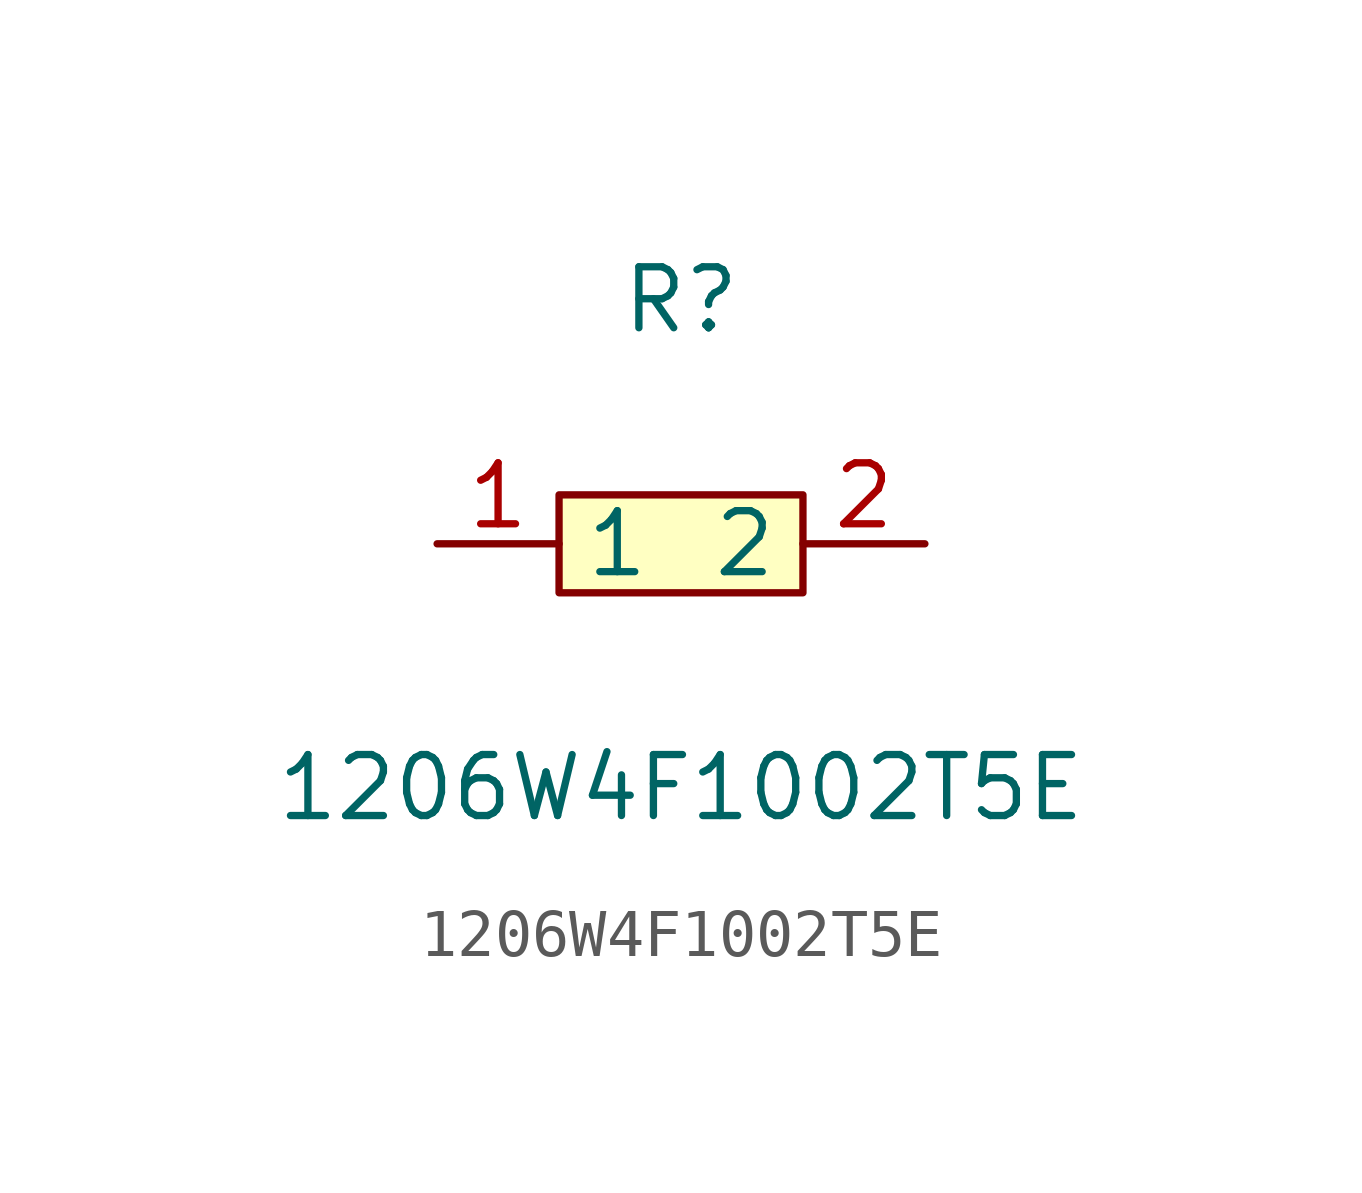
<source format=kicad_sym>
(kicad_symbol_lib
  (version 20211014)
  (generator https://github.com/uPesy/easyeda2kicad.py)
  (symbol "1206W4F1002T5E"
    (property "Reference" "R"
      (at 0 5.08 0)
      (effects (font (size 1.27 1.27))))
    (property "Value" "1206W4F1002T5E"
      (at 0 -5.08 0)
      (effects (font (size 1.27 1.27))))
    (symbol "1206W4F1002T5E_0_1"
      (rectangle (start -2.54 1.02) (end 2.54 -1.02) (stroke (width 0) (type default) (color 0 0 0 0)) (fill (type background)))
      (pin input line (at 5.08 -0.00 180) (length 2.54) (name "2" (effects (font (size 1.27 1.27)))) (number "2" (effects (font (size 1.27 1.27)))))
      (pin input line (at -5.08 -0.00 0) (length 2.54) (name "1" (effects (font (size 1.27 1.27)))) (number "1" (effects (font (size 1.27 1.27))))))))
</source>
